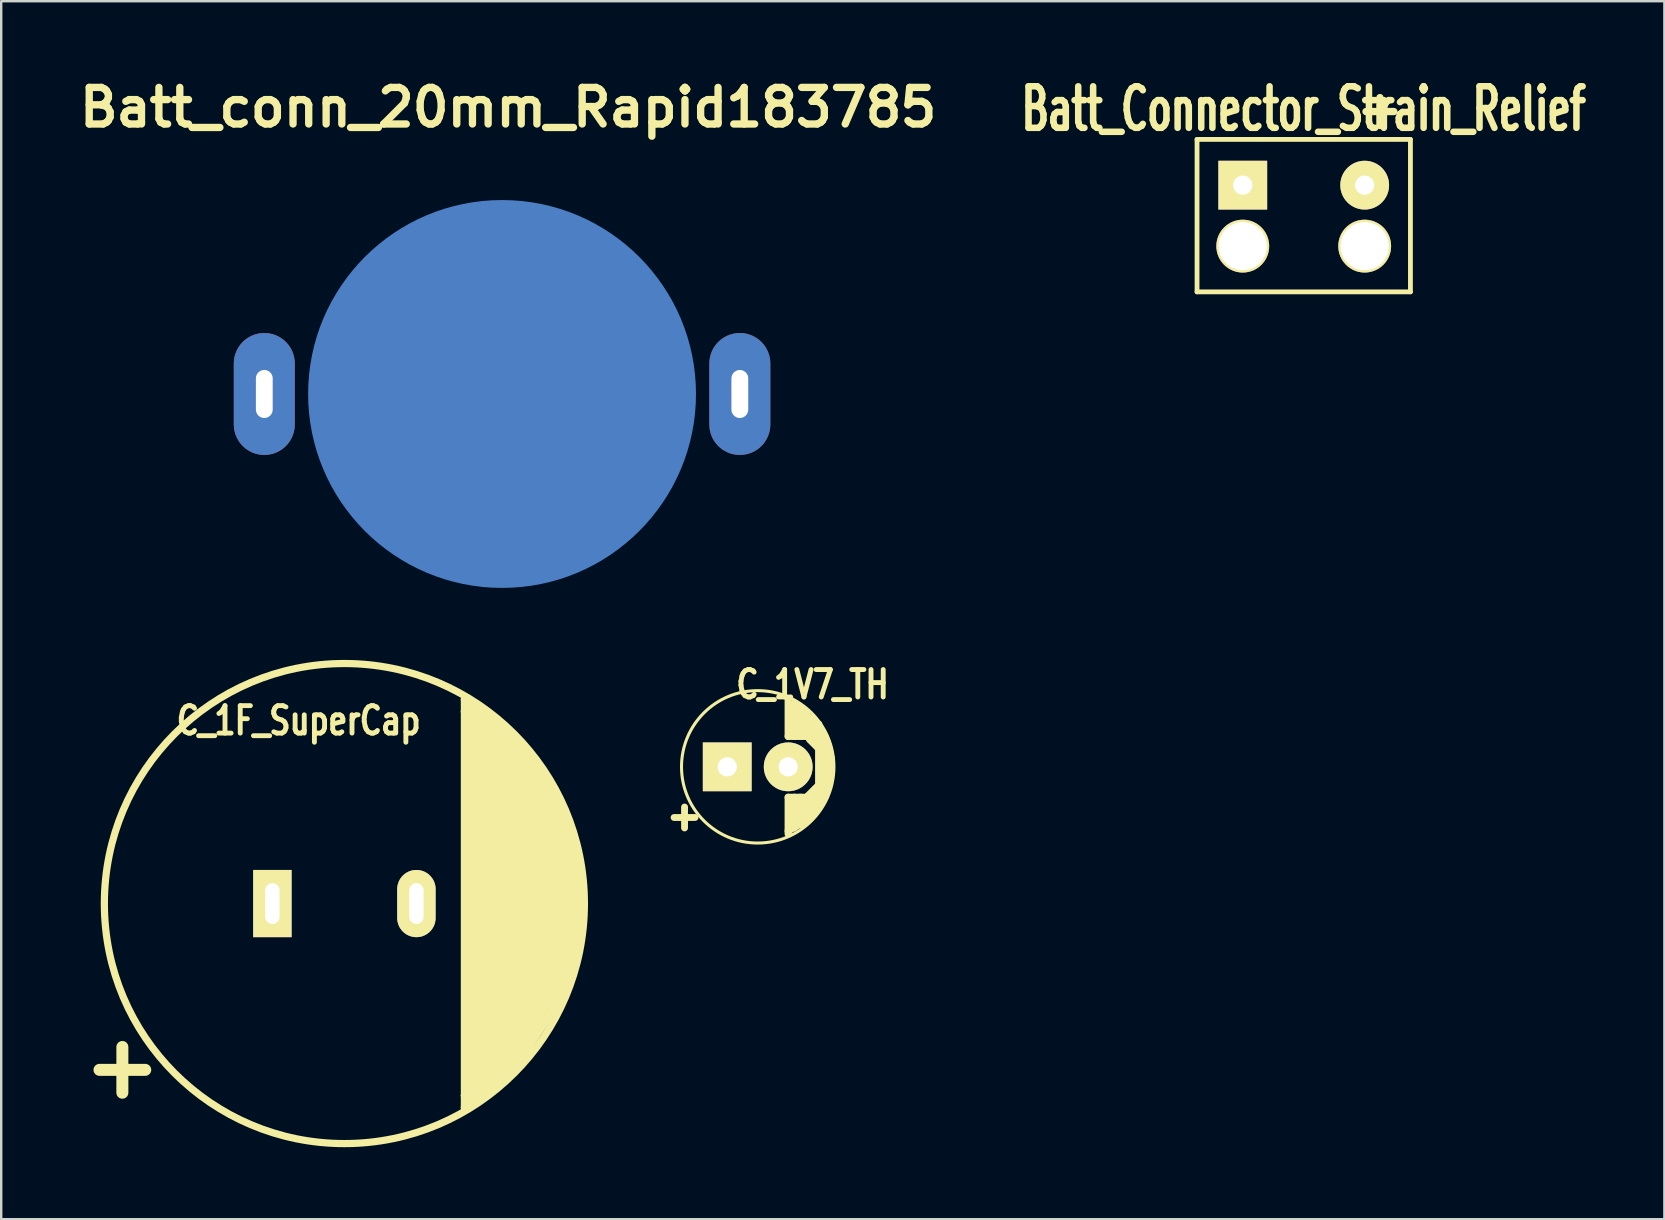
<source format=kicad_pcb>
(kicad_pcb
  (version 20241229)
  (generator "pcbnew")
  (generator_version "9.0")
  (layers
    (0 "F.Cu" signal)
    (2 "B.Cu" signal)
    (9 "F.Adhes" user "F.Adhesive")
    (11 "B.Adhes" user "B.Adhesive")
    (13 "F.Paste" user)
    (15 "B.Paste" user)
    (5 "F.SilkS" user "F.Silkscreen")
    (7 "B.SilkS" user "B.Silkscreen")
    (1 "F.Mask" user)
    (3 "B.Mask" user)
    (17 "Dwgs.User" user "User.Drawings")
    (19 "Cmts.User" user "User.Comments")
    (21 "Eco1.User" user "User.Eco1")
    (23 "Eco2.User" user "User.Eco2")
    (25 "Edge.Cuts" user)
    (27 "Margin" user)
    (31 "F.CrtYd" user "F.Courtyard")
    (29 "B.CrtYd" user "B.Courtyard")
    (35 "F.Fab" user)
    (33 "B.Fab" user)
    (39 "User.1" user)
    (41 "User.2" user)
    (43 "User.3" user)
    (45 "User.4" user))
  (footprint "Batt_Connector_Strain_Relief"
    (layer "F.Cu")
    (at 49.996 4.664)
    (property "Reference" "Batt_Connector_Strain_Relief" (at 1.27 -3.175 0) (layer "F.SilkS") (effects (font (size 1.73 1.087) (thickness 0.272))))
    (attr through_hole)
    (fp_line (start -3.175 -1.905) (end 5.715 -1.905) (stroke (width 0.2) (type solid)) (layer "F.SilkS"))
    (fp_line (start -3.175 4.445) (end -3.175 -1.905) (stroke (width 0.2) (type solid)) (layer "F.SilkS"))
    (fp_line (start 5.715 -1.905) (end 5.715 4.445) (stroke (width 0.2) (type solid)) (layer "F.SilkS"))
    (fp_line (start 5.715 4.445) (end -3.175 4.445) (stroke (width 0.2) (type solid)) (layer "F.SilkS"))
    (fp_text user "+" (at 4.445 -3.175 0) (layer "F.SilkS") (effects (font (size 1.524 1.524) (thickness 0.305))))
    (pad "1" thru_hole rect (at -1.27 0) (size 2.032 2.032) (drill 0.8) (layers "*.Cu" "*.Mask" "F.SilkS"))
    (pad "2" thru_hole circle (at 3.81 0) (size 2.032 2.032) (drill 0.8) (layers "*.Cu" "*.Mask" "F.SilkS"))
    (pad "3" thru_hole circle (at -1.27 2.54) (size 2.2 2.2) (drill 1.999) (layers "*.Cu" "*.Mask" "F.SilkS"))
    (pad "4" thru_hole circle (at 3.81 2.54) (size 2.2 2.2) (drill 1.999) (layers "*.Cu" "*.Mask" "F.SilkS")))
  (footprint "C_1F_SuperCap"
    (layer "F.Cu")
    (at 11.298 34.594)
    (property "Reference" "C_1F_SuperCap" (at -1.905 -7.62 0) (layer "F.SilkS") (effects (font (size 1.143 0.889) (thickness 0.203))))
    (attr through_hole)
    (fp_line (start 5 -8.5) (end 6 -7) (stroke (width 0.3) (type solid)) (layer "F.SilkS"))
    (fp_line (start 5 -8) (end 5 -8.5) (stroke (width 0.3) (type solid)) (layer "F.SilkS"))
    (fp_line (start 5 -8) (end 5 8) (stroke (width 0.3) (type solid)) (layer "F.SilkS"))
    (fp_line (start 5 -8) (end 9.5 -2) (stroke (width 0.3) (type solid)) (layer "F.SilkS"))
    (fp_line (start 5 8) (end 5 8.5) (stroke (width 0.3) (type solid)) (layer "F.SilkS"))
    (fp_line (start 5 8) (end 9.5 2) (stroke (width 0.3) (type solid)) (layer "F.SilkS"))
    (fp_line (start 5 8.5) (end 6.75 4.5) (stroke (width 0.3) (type solid)) (layer "F.SilkS"))
    (fp_line (start 5.25 -8.25) (end 5.25 8.25) (stroke (width 0.3) (type solid)) (layer "F.SilkS"))
    (fp_line (start 5.5 -8.25) (end 9.5 -2.5) (stroke (width 0.3) (type solid)) (layer "F.SilkS"))
    (fp_line (start 5.5 -8) (end 9 -3.5) (stroke (width 0.3) (type solid)) (layer "F.SilkS"))
    (fp_line (start 5.5 -7.5) (end 5.5 7.5) (stroke (width 0.3) (type solid)) (layer "F.SilkS"))
    (fp_line (start 5.5 7.75) (end 5.5 8.25) (stroke (width 0.3) (type solid)) (layer "F.SilkS"))
    (fp_line (start 5.5 8) (end 9 3.5) (stroke (width 0.3) (type solid)) (layer "F.SilkS"))
    (fp_line (start 5.5 8.25) (end 6 7.75) (stroke (width 0.3) (type solid)) (layer "F.SilkS"))
    (fp_line (start 5.75 -7) (end 5.75 7.5) (stroke (width 0.3) (type solid)) (layer "F.SilkS"))
    (fp_line (start 5.75 -7) (end 6 -3.75) (stroke (width 0.3) (type solid)) (layer "F.SilkS"))
    (fp_line (start 5.75 7.5) (end 6.5 6.5) (stroke (width 0.3) (type solid)) (layer "F.SilkS"))
    (fp_line (start 6 -7.75) (end 5 -8.5) (stroke (width 0.3) (type solid)) (layer "F.SilkS"))
    (fp_line (start 6 -7) (end 7 -5.75) (stroke (width 0.3) (type solid)) (layer "F.SilkS"))
    (fp_line (start 6 -3.75) (end 7.25 -4.75) (stroke (width 0.3) (type solid)) (layer "F.SilkS"))
    (fp_line (start 6 6.5) (end 6.75 4.75) (stroke (width 0.3) (type solid)) (layer "F.SilkS"))
    (fp_line (start 6 7) (end 6 -7) (stroke (width 0.3) (type solid)) (layer "F.SilkS"))
    (fp_line (start 6 7) (end 7 1.25) (stroke (width 0.3) (type solid)) (layer "F.SilkS"))
    (fp_line (start 6 7.75) (end 7.5 6.25) (stroke (width 0.3) (type solid)) (layer "F.SilkS"))
    (fp_line (start 6 7.75) (end 7.5 6.25) (stroke (width 0.3) (type solid)) (layer "F.SilkS"))
    (fp_line (start 6.25 -7.5) (end 7.75 -5.75) (stroke (width 0.3) (type solid)) (layer "F.SilkS"))
    (fp_line (start 6.25 -6.25) (end 6.25 6.25) (stroke (width 0.3) (type solid)) (layer "F.SilkS"))
    (fp_line (start 6.25 6.25) (end 6.5 -3.5) (stroke (width 0.3) (type solid)) (layer "F.SilkS"))
    (fp_line (start 6.25 6.5) (end 7.75 4) (stroke (width 0.3) (type solid)) (layer "F.SilkS"))
    (fp_line (start 6.5 -6.5) (end 6.5 6.5) (stroke (width 0.3) (type solid)) (layer "F.SilkS"))
    (fp_line (start 6.5 -3.5) (end 5.75 -7) (stroke (width 0.3) (type solid)) (layer "F.SilkS"))
    (fp_line (start 6.5 6.25) (end 6 6.5) (stroke (width 0.3) (type solid)) (layer "F.SilkS"))
    (fp_line (start 6.5 6.5) (end 6.75 -5.25) (stroke (width 0.3) (type solid)) (layer "F.SilkS"))
    (fp_line (start 6.75 -5.25) (end 6.25 -6.25) (stroke (width 0.3) (type solid)) (layer "F.SilkS"))
    (fp_line (start 6.75 -2.75) (end 6.75 1.25) (stroke (width 0.3) (type solid)) (layer "F.SilkS"))
    (fp_line (start 6.75 -2.75) (end 7 0) (stroke (width 0.3) (type solid)) (layer "F.SilkS"))
    (fp_line (start 6.75 1) (end 6.75 5.25) (stroke (width 0.3) (type solid)) (layer "F.SilkS"))
    (fp_line (start 6.75 1.25) (end 8.5 4.75) (stroke (width 0.3) (type solid)) (layer "F.SilkS"))
    (fp_line (start 6.75 4.5) (end 6.75 1) (stroke (width 0.3) (type solid)) (layer "F.SilkS"))
    (fp_line (start 6.75 4.75) (end 7.75 4.75) (stroke (width 0.3) (type solid)) (layer "F.SilkS"))
    (fp_line (start 6.75 5.25) (end 6.25 6.5) (stroke (width 0.3) (type solid)) (layer "F.SilkS"))
    (fp_line (start 6.75 6.75) (end 5.5 7.75) (stroke (width 0.3) (type solid)) (layer "F.SilkS"))
    (fp_line (start 7 -7) (end 6 -7.75) (stroke (width 0.3) (type solid)) (layer "F.SilkS"))
    (fp_line (start 7 -6) (end 7 6) (stroke (width 0.3) (type solid)) (layer "F.SilkS"))
    (fp_line (start 7 -5.75) (end 9.5 -2.25) (stroke (width 0.3) (type solid)) (layer "F.SilkS"))
    (fp_line (start 7 -5) (end 6.75 -2.75) (stroke (width 0.3) (type solid)) (layer "F.SilkS"))
    (fp_line (start 7 5.75) (end 7.75 5.5) (stroke (width 0.3) (type solid)) (layer "F.SilkS"))
    (fp_line (start 7.25 -6.25) (end 5.75 -7) (stroke (width 0.3) (type solid)) (layer "F.SilkS"))
    (fp_line (start 7.25 -4.75) (end 7.25 5.5) (stroke (width 0.3) (type solid)) (layer "F.SilkS"))
    (fp_line (start 7.25 5.5) (end 6 7.75) (stroke (width 0.3) (type solid)) (layer "F.SilkS"))
    (fp_line (start 7.5 -5.5) (end 7.5 5.5) (stroke (width 0.3) (type solid)) (layer "F.SilkS"))
    (fp_line (start 7.5 -4.25) (end 7.75 -4.25) (stroke (width 0.3) (type solid)) (layer "F.SilkS"))
    (fp_line (start 7.5 6.25) (end 8 5) (stroke (width 0.3) (type solid)) (layer "F.SilkS"))
    (fp_line (start 7.5 6.25) (end 8.5 4.75) (stroke (width 0.3) (type solid)) (layer "F.SilkS"))
    (fp_line (start 7.75 -5.75) (end 8 -5.5) (stroke (width 0.3) (type solid)) (layer "F.SilkS"))
    (fp_line (start 7.75 -4.25) (end 7.75 4) (stroke (width 0.3) (type solid)) (layer "F.SilkS"))
    (fp_line (start 7.75 4) (end 7.5 -4.25) (stroke (width 0.3) (type solid)) (layer "F.SilkS"))
    (fp_line (start 7.75 4) (end 8.25 3.25) (stroke (width 0.3) (type solid)) (layer "F.SilkS"))
    (fp_line (start 7.75 4.5) (end 8.25 4) (stroke (width 0.3) (type solid)) (layer "F.SilkS"))
    (fp_line (start 7.75 4.75) (end 7.75 5) (stroke (width 0.3) (type solid)) (layer "F.SilkS"))
    (fp_line (start 7.75 5) (end 7.75 4.5) (stroke (width 0.3) (type solid)) (layer "F.SilkS"))
    (fp_line (start 7.75 5.5) (end 5 8.5) (stroke (width 0.3) (type solid)) (layer "F.SilkS"))
    (fp_line (start 7.75 5.5) (end 6.75 6.75) (stroke (width 0.3) (type solid)) (layer "F.SilkS"))
    (fp_line (start 8 -5.75) (end 8.25 -4.75) (stroke (width 0.3) (type solid)) (layer "F.SilkS"))
    (fp_line (start 8 -5.5) (end 7 -7) (stroke (width 0.3) (type solid)) (layer "F.SilkS"))
    (fp_line (start 8 4.75) (end 7.75 5.5) (stroke (width 0.3) (type solid)) (layer "F.SilkS"))
    (fp_line (start 8 5) (end 6.5 6.25) (stroke (width 0.3) (type solid)) (layer "F.SilkS"))
    (fp_line (start 8 5) (end 8 -5) (stroke (width 0.3) (type solid)) (layer "F.SilkS"))
    (fp_line (start 8.25 -4.75) (end 6.25 -7.5) (stroke (width 0.3) (type solid)) (layer "F.SilkS"))
    (fp_line (start 8.25 -4.75) (end 7.25 -6.25) (stroke (width 0.3) (type solid)) (layer "F.SilkS"))
    (fp_line (start 8.25 -3.5) (end 9 -3) (stroke (width 0.3) (type solid)) (layer "F.SilkS"))
    (fp_line (start 8.25 3.25) (end 8.25 -3.5) (stroke (width 0.3) (type solid)) (layer "F.SilkS"))
    (fp_line (start 8.25 4) (end 9 3.25) (stroke (width 0.3) (type solid)) (layer "F.SilkS"))
    (fp_line (start 8.5 -4.5) (end 9.25 -3.5) (stroke (width 0.3) (type solid)) (layer "F.SilkS"))
    (fp_line (start 8.5 -4) (end 8.5 4) (stroke (width 0.3) (type solid)) (layer "F.SilkS"))
    (fp_line (start 8.5 4.75) (end 6 7) (stroke (width 0.3) (type solid)) (layer "F.SilkS"))
    (fp_line (start 8.5 4.75) (end 9.5 2.25) (stroke (width 0.3) (type solid)) (layer "F.SilkS"))
    (fp_line (start 8.75 -3) (end 8.75 3.25) (stroke (width 0.3) (type solid)) (layer "F.SilkS"))
    (fp_line (start 8.75 3) (end 8 4.75) (stroke (width 0.3) (type solid)) (layer "F.SilkS"))
    (fp_line (start 8.75 3.25) (end 9.25 2.25) (stroke (width 0.3) (type solid)) (layer "F.SilkS"))
    (fp_line (start 9 -3) (end 8.75 -3) (stroke (width 0.3) (type solid)) (layer "F.SilkS"))
    (fp_line (start 9 -3) (end 9 3) (stroke (width 0.3) (type solid)) (layer "F.SilkS"))
    (fp_line (start 9 3.25) (end 8.75 3) (stroke (width 0.3) (type solid)) (layer "F.SilkS"))
    (fp_line (start 9 4.25) (end 7 5.75) (stroke (width 0.3) (type solid)) (layer "F.SilkS"))
    (fp_line (start 9.25 -3.5) (end 8 -5.75) (stroke (width 0.3) (type solid)) (layer "F.SilkS"))
    (fp_line (start 9.25 -3.5) (end 9.25 -3) (stroke (width 0.3) (type solid)) (layer "F.SilkS"))
    (fp_line (start 9.25 -3) (end 7 -5) (stroke (width 0.3) (type solid)) (layer "F.SilkS"))
    (fp_line (start 9.25 -2.5) (end 9.25 1.5) (stroke (width 0.3) (type solid)) (layer "F.SilkS"))
    (fp_line (start 9.25 1.5) (end 9.75 -2) (stroke (width 0.3) (type solid)) (layer "F.SilkS"))
    (fp_line (start 9.25 2.25) (end 9.5 -2.5) (stroke (width 0.3) (type solid)) (layer "F.SilkS"))
    (fp_line (start 9.5 -2.5) (end 8.5 -4.5) (stroke (width 0.3) (type solid)) (layer "F.SilkS"))
    (fp_line (start 9.5 -2.5) (end 9.25 -2.5) (stroke (width 0.3) (type solid)) (layer "F.SilkS"))
    (fp_line (start 9.5 -2.25) (end 8.25 -4.75) (stroke (width 0.3) (type solid)) (layer "F.SilkS"))
    (fp_line (start 9.5 -2) (end 9.5 2) (stroke (width 0.3) (type solid)) (layer "F.SilkS"))
    (fp_line (start 9.5 2.25) (end 9.75 -1.5) (stroke (width 0.3) (type solid)) (layer "F.SilkS"))
    (fp_line (start 9.75 -2) (end 6.75 -2.75) (stroke (width 0.3) (type solid)) (layer "F.SilkS"))
    (fp_line (start 9.75 -1.5) (end 9.75 1.25) (stroke (width 0.3) (type solid)) (layer "F.SilkS"))
    (fp_line (start 9.75 1.25) (end 9 4.25) (stroke (width 0.3) (type solid)) (layer "F.SilkS"))
    (fp_circle (center 0 0) (end 10 0) (stroke (width 0.3) (type solid)) (fill no) (layer "F.SilkS"))
    (fp_text user "+" (at -9.25 6.75 0) (layer "F.SilkS") (effects (font (size 2.5 2.5) (thickness 0.5))))
    (pad "1" thru_hole rect (at -3 0) (size 1.6 2.8) (drill oval 0.6 1.7) (layers "*.Cu" "*.Mask" "F.SilkS"))
    (pad "2" thru_hole oval (at 3 0) (size 1.6 2.8) (drill oval 0.6 1.7) (layers "*.Cu" "*.Mask" "F.SilkS")))
  (footprint "Batt_conn_20mm_Rapid183785"
    (layer "F.Cu")
    (at 17.867 13.364)
    (property "Reference" "Batt_conn_20mm_Rapid183785" (at 0.254 -11.938 0) (layer "F.SilkS") (effects (font (size 1.524 1.524) (thickness 0.305))))
    (attr through_hole)
    (pad "1" smd circle (at 0 0) (size 16.159 16.159) (layers "B.Cu" "B.Mask" "B.Paste"))
    (pad "2" thru_hole oval (at -9.906 0) (size 2.54 5.08) (drill oval 0.7 2) (layers "*.Cu" "*.Mask"))
    (pad "2" thru_hole oval (at 9.906 0) (size 2.54 5.08) (drill oval 0.7 2) (layers "*.Cu" "*.Mask")))
  (footprint "C_1V7_TH"
    (layer "F.Cu")
    (at 28.518 28.898)
    (property "Reference" "C_1V7_TH" (at 2.286 -3.429 0) (layer "F.SilkS") (effects (font (size 1.143 0.889) (thickness 0.203))))
    (attr through_hole)
    (fp_line (start 1.27 -1.27) (end 1.27 -2.794) (stroke (width 0.3) (type solid)) (layer "F.SilkS"))
    (fp_line (start 1.27 -1.27) (end 2.286 -1.27) (stroke (width 0.3) (type solid)) (layer "F.SilkS"))
    (fp_line (start 1.27 1.27) (end 2.54 1.27) (stroke (width 0.3) (type solid)) (layer "F.SilkS"))
    (fp_line (start 1.27 2.667) (end 2.159 2.159) (stroke (width 0.3) (type solid)) (layer "F.SilkS"))
    (fp_line (start 1.27 2.794) (end 1.27 1.27) (stroke (width 0.3) (type solid)) (layer "F.SilkS"))
    (fp_line (start 1.524 -1.27) (end 1.524 -2.667) (stroke (width 0.3) (type solid)) (layer "F.SilkS"))
    (fp_line (start 1.524 1.27) (end 1.524 2.54) (stroke (width 0.3) (type solid)) (layer "F.SilkS"))
    (fp_line (start 1.651 -2.54) (end 1.651 -1.778) (stroke (width 0.3) (type solid)) (layer "F.SilkS"))
    (fp_line (start 1.778 -1.27) (end 1.778 -2.413) (stroke (width 0.3) (type solid)) (layer "F.SilkS"))
    (fp_line (start 1.778 1.27) (end 1.778 2.413) (stroke (width 0.3) (type solid)) (layer "F.SilkS"))
    (fp_line (start 2.032 -1.27) (end 2.032 -2.286) (stroke (width 0.3) (type solid)) (layer "F.SilkS"))
    (fp_line (start 2.032 -1.27) (end 2.667 -1.27) (stroke (width 0.3) (type solid)) (layer "F.SilkS"))
    (fp_line (start 2.032 1.27) (end 2.032 2.159) (stroke (width 0.3) (type solid)) (layer "F.SilkS"))
    (fp_line (start 2.032 1.27) (end 2.54 0.762) (stroke (width 0.3) (type solid)) (layer "F.SilkS"))
    (fp_line (start 2.159 2.159) (end 2.794 1.27) (stroke (width 0.3) (type solid)) (layer "F.SilkS"))
    (fp_line (start 2.286 -1.27) (end 2.286 -2.032) (stroke (width 0.3) (type solid)) (layer "F.SilkS"))
    (fp_line (start 2.286 1.27) (end 2.286 2.032) (stroke (width 0.3) (type solid)) (layer "F.SilkS"))
    (fp_line (start 2.413 -1.778) (end 1.651 -2.54) (stroke (width 0.3) (type solid)) (layer "F.SilkS"))
    (fp_line (start 2.54 -0.762) (end 2.159 -1.143) (stroke (width 0.3) (type solid)) (layer "F.SilkS"))
    (fp_line (start 2.54 1.651) (end 2.54 -1.778) (stroke (width 0.3) (type solid)) (layer "F.SilkS"))
    (fp_line (start 2.794 -1.27) (end 2.794 1.143) (stroke (width 0.3) (type solid)) (layer "F.SilkS"))
    (fp_line (start 2.794 -1.143) (end 2.413 -1.778) (stroke (width 0.3) (type solid)) (layer "F.SilkS"))
    (fp_line (start 2.794 1.27) (end 2.921 0.762) (stroke (width 0.3) (type solid)) (layer "F.SilkS"))
    (fp_line (start 2.921 0.635) (end 2.921 -0.762) (stroke (width 0.3) (type solid)) (layer "F.SilkS"))
    (fp_line (start 2.921 0.762) (end 3.048 -0.381) (stroke (width 0.3) (type solid)) (layer "F.SilkS"))
    (fp_line (start 3.048 -0.381) (end 2.794 -1.143) (stroke (width 0.3) (type solid)) (layer "F.SilkS"))
    (fp_circle (center 0 0) (end 3.175 0) (stroke (width 0.127) (type solid)) (fill no) (layer "F.SilkS"))
    (fp_text user "+" (at -3.048 2.032 0) (layer "F.SilkS") (effects (font (size 1.143 1.143) (thickness 0.287))))
    (pad "1" thru_hole rect (at -1.27 0) (size 2.032 2.032) (drill 0.8) (layers "*.Cu" "*.Mask" "F.SilkS"))
    (pad "2" thru_hole circle (at 1.27 0) (size 2.032 2.032) (drill 0.8) (layers "*.Cu" "*.Mask" "F.SilkS")))
  (gr_rect
    (start -3 -3)
    (end 66.291 47.744)
    (stroke (width 0.1) (type default))
    (fill no)
    (layer "Edge.Cuts")))
</source>
